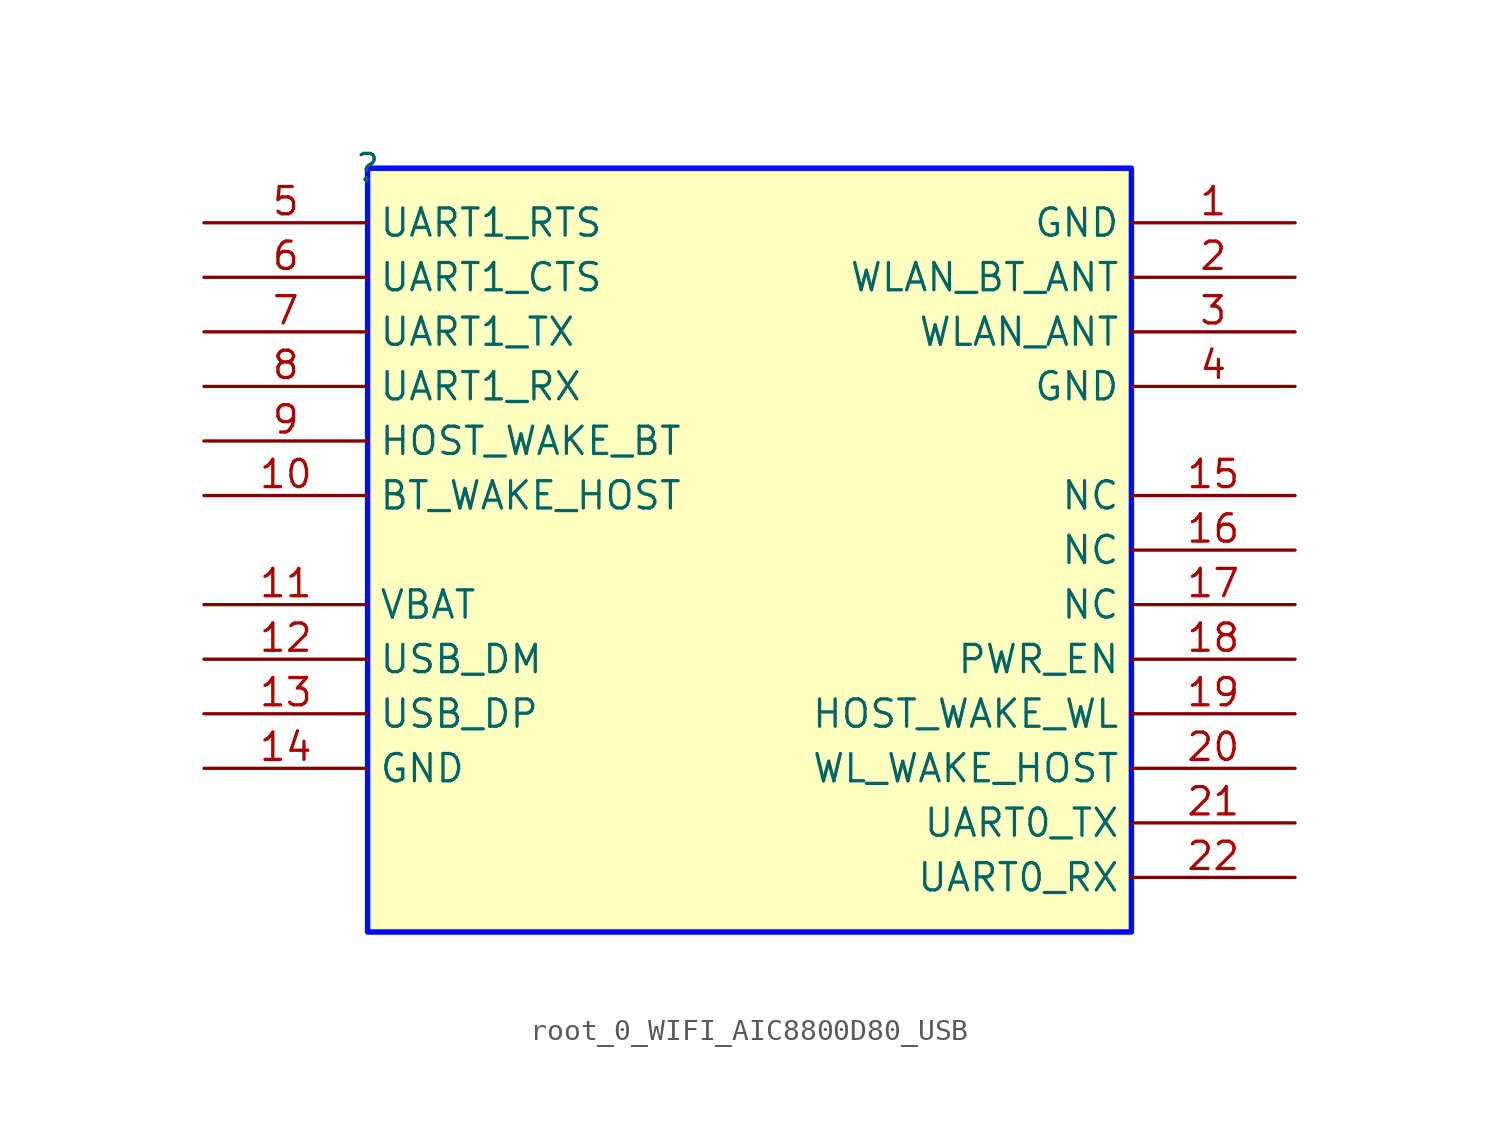
<source format=kicad_sym>
(kicad_symbol_lib
  (version 20231120)
  (generator "kicad_symbol_editor")
  (generator_version "8.0")
  (symbol "root_0_WIFI_AIC8800D80_USB"
    (property "Reference" ""
      (at 0 0 0)
      (effects (font (size 1.27 1.27))))
    (property "Value" ""
      (at 0 0 0)
      (effects (font (size 1.27 1.27))))
    (symbol "root_0_WIFI_AIC8800D80_USB_1_0"
      (rectangle (start 35.56 0) (end 0 -35.56) (stroke (width 0.254) (type solid) (color 0 11 255 1)) (fill (type background)))
      (pin passive line (at 43.18 -2.54 180) (length 7.62) (name "GND" (effects (font (size 1.27 1.27)))) (number "1" (effects (font (size 1.27 1.27)))))
      (pin passive line (at -7.62 -15.24 0) (length 7.62) (name "BT_WAKE_HOST" (effects (font (size 1.27 1.27)))) (number "10" (effects (font (size 1.27 1.27)))))
      (pin passive line (at -7.62 -20.32 0) (length 7.62) (name "VBAT" (effects (font (size 1.27 1.27)))) (number "11" (effects (font (size 1.27 1.27)))))
      (pin passive line (at -7.62 -22.86 0) (length 7.62) (name "USB_DM" (effects (font (size 1.27 1.27)))) (number "12" (effects (font (size 1.27 1.27)))))
      (pin passive line (at -7.62 -25.4 0) (length 7.62) (name "USB_DP" (effects (font (size 1.27 1.27)))) (number "13" (effects (font (size 1.27 1.27)))))
      (pin passive line (at -7.62 -27.94 0) (length 7.62) (name "GND" (effects (font (size 1.27 1.27)))) (number "14" (effects (font (size 1.27 1.27)))))
      (pin passive line (at 43.18 -15.24 180) (length 7.62) (name "NC" (effects (font (size 1.27 1.27)))) (number "15" (effects (font (size 1.27 1.27)))))
      (pin passive line (at 43.18 -17.78 180) (length 7.62) (name "NC" (effects (font (size 1.27 1.27)))) (number "16" (effects (font (size 1.27 1.27)))))
      (pin passive line (at 43.18 -20.32 180) (length 7.62) (name "NC" (effects (font (size 1.27 1.27)))) (number "17" (effects (font (size 1.27 1.27)))))
      (pin passive line (at 43.18 -22.86 180) (length 7.62) (name "PWR_EN" (effects (font (size 1.27 1.27)))) (number "18" (effects (font (size 1.27 1.27)))))
      (pin passive line (at 43.18 -25.4 180) (length 7.62) (name "HOST_WAKE_WL" (effects (font (size 1.27 1.27)))) (number "19" (effects (font (size 1.27 1.27)))))
      (pin passive line (at 43.18 -5.08 180) (length 7.62) (name "WLAN_BT_ANT" (effects (font (size 1.27 1.27)))) (number "2" (effects (font (size 1.27 1.27)))))
      (pin passive line (at 43.18 -27.94 180) (length 7.62) (name "WL_WAKE_HOST" (effects (font (size 1.27 1.27)))) (number "20" (effects (font (size 1.27 1.27)))))
      (pin passive line (at 43.18 -30.48 180) (length 7.62) (name "UART0_TX" (effects (font (size 1.27 1.27)))) (number "21" (effects (font (size 1.27 1.27)))))
      (pin passive line (at 43.18 -33.02 180) (length 7.62) (name "UART0_RX" (effects (font (size 1.27 1.27)))) (number "22" (effects (font (size 1.27 1.27)))))
      (pin passive line (at 43.18 -7.62 180) (length 7.62) (name "WLAN_ANT" (effects (font (size 1.27 1.27)))) (number "3" (effects (font (size 1.27 1.27)))))
      (pin passive line (at 43.18 -10.16 180) (length 7.62) (name "GND" (effects (font (size 1.27 1.27)))) (number "4" (effects (font (size 1.27 1.27)))))
      (pin passive line (at -7.62 -2.54 0) (length 7.62) (name "UART1_RTS" (effects (font (size 1.27 1.27)))) (number "5" (effects (font (size 1.27 1.27)))))
      (pin passive line (at -7.62 -5.08 0) (length 7.62) (name "UART1_CTS" (effects (font (size 1.27 1.27)))) (number "6" (effects (font (size 1.27 1.27)))))
      (pin passive line (at -7.62 -7.62 0) (length 7.62) (name "UART1_TX" (effects (font (size 1.27 1.27)))) (number "7" (effects (font (size 1.27 1.27)))))
      (pin passive line (at -7.62 -10.16 0) (length 7.62) (name "UART1_RX" (effects (font (size 1.27 1.27)))) (number "8" (effects (font (size 1.27 1.27)))))
      (pin passive line (at -7.62 -12.7 0) (length 7.62) (name "HOST_WAKE_BT" (effects (font (size 1.27 1.27)))) (number "9" (effects (font (size 1.27 1.27))))))))
</source>
